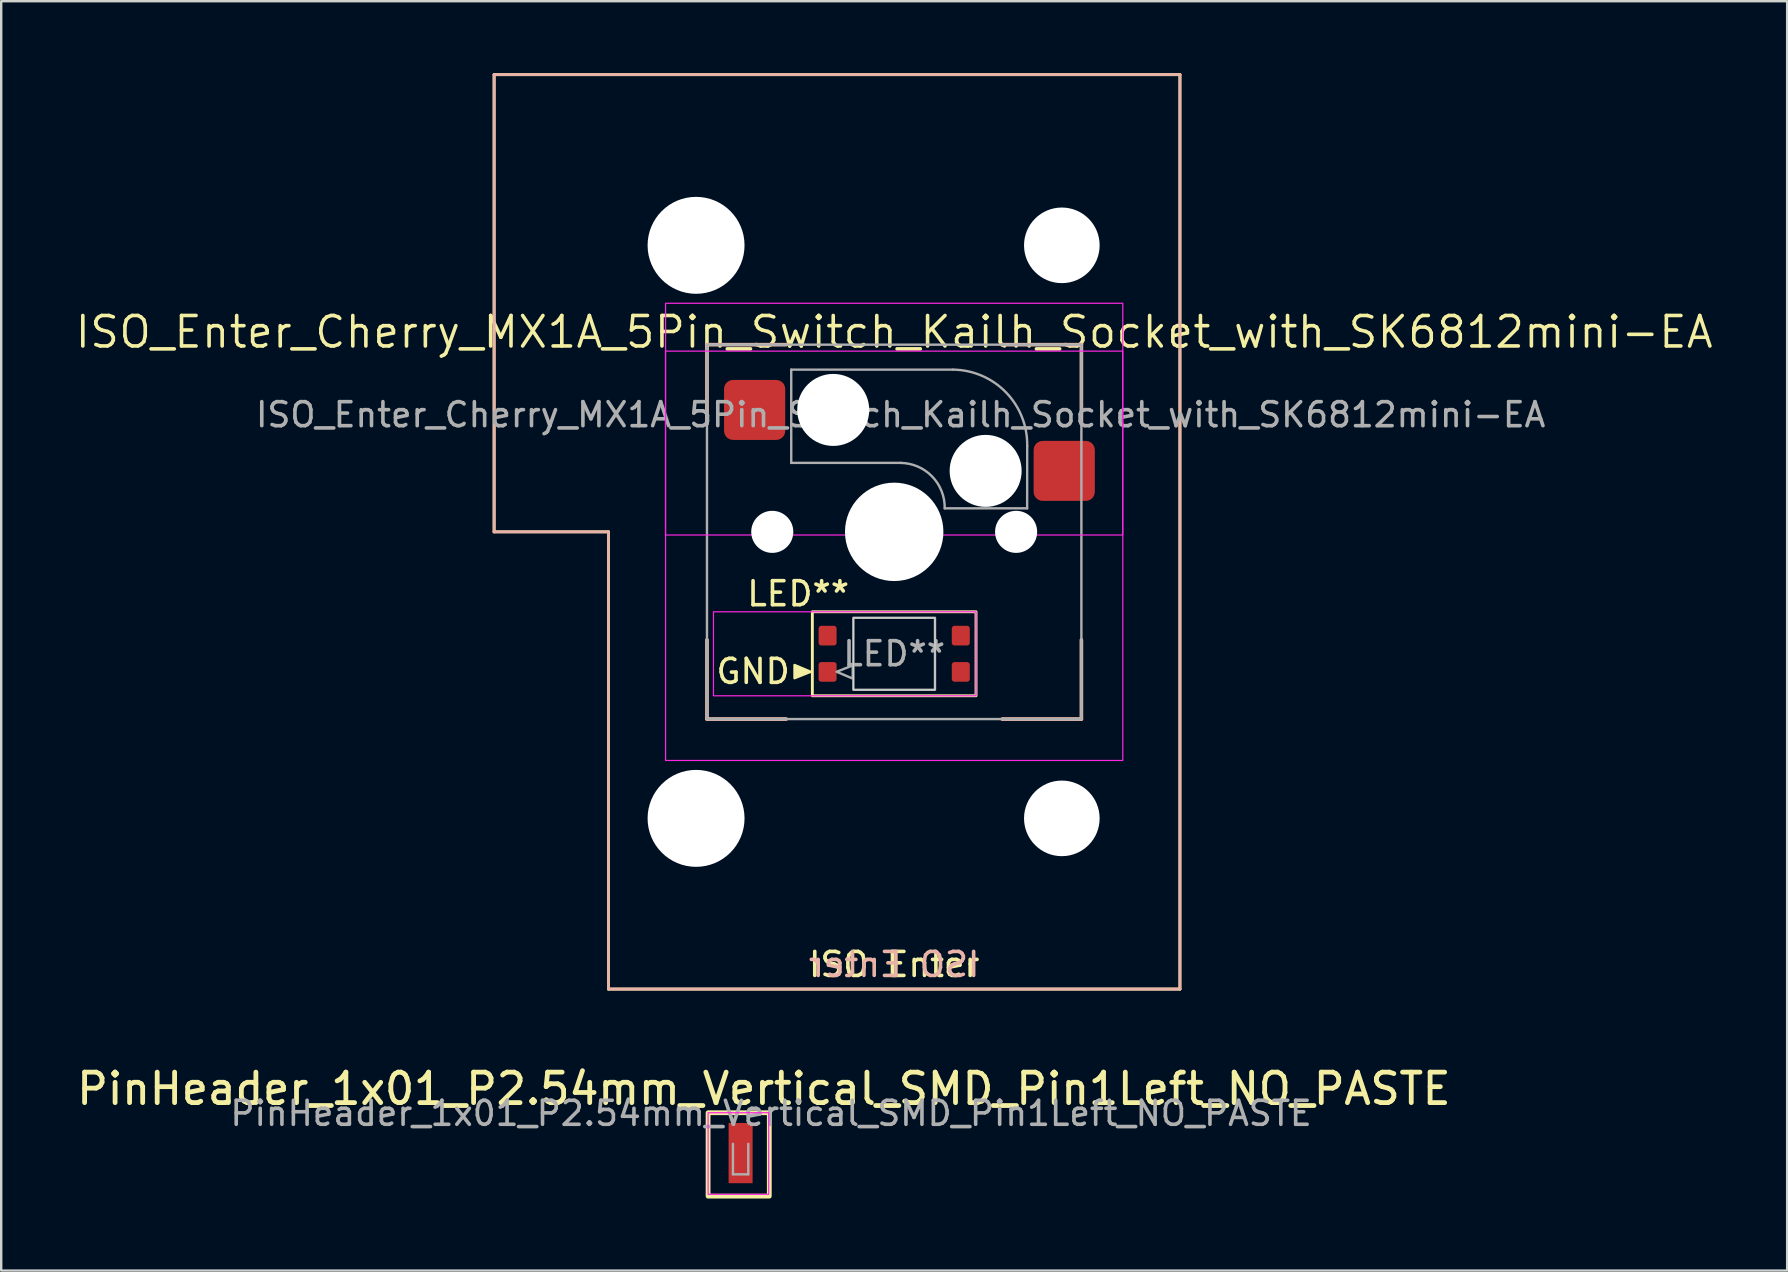
<source format=kicad_pcb>
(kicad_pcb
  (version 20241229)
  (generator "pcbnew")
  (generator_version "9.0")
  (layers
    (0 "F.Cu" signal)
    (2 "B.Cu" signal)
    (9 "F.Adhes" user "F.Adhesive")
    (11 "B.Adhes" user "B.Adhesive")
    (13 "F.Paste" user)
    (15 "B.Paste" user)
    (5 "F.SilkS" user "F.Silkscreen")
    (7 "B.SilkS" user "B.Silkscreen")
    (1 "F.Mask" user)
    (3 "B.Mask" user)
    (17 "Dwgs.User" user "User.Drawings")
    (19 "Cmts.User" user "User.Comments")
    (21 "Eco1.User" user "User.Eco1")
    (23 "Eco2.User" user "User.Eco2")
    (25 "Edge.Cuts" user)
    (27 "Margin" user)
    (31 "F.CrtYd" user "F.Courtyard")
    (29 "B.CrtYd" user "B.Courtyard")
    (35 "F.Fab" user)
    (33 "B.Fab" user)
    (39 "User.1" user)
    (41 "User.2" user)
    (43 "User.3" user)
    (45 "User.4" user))
  (footprint "ISO_Enter_Cherry_MX1A_5Pin_Switch_Kailh_Socket_with_SK6812mini-EA"
    (layer "F.Cu")
    (at 34.207 28.635)
    (property "Reference" "ISO_Enter_Cherry_MX1A_5Pin_Switch_Kailh_Socket_with_SK6812mini-EA" (at 0 -17.85 0) (layer "F.SilkS") (effects (font (size 1.27 1.27) (thickness 0.15))))
    (property "LED_Reference" "LED**" (at -4 -6.945 0) (layer "F.SilkS") (effects (font (size 1 1) (thickness 0.15))))
    (property "Size" "ISO Enter" (at 0 8.5 0) (layer "F.SilkS") (effects (font (size 1 1) (thickness 0.15))))
    (attr smd)
    (fp_line (start -16.669 -28.575) (end 11.906 -28.575) (stroke (width 0.12) (type default)) (layer "F.SilkS"))
    (fp_line (start -16.669 -9.525) (end -16.669 -28.575) (stroke (width 0.12) (type default)) (layer "F.SilkS"))
    (fp_line (start -11.906 -9.525) (end -16.669 -9.525) (stroke (width 0.12) (type default)) (layer "F.SilkS"))
    (fp_line (start -11.906 9.525) (end -11.906 -9.525) (stroke (width 0.12) (type default)) (layer "F.SilkS"))
    (fp_line (start -7.8 -17.325) (end -7.8 -14.025) (stroke (width 0.12) (type default)) (layer "F.SilkS"))
    (fp_line (start -7.8 -17.325) (end -4.5 -17.325) (stroke (width 0.12) (type default)) (layer "F.SilkS"))
    (fp_line (start -7.8 -1.725) (end -7.8 -5.025) (stroke (width 0.12) (type solid)) (layer "F.SilkS"))
    (fp_line (start -7.8 -1.725) (end -4.5 -1.725) (stroke (width 0.12) (type default)) (layer "F.SilkS"))
    (fp_line (start 7.8 -17.325) (end 4.5 -17.325) (stroke (width 0.12) (type default)) (layer "F.SilkS"))
    (fp_line (start 7.8 -17.325) (end 7.8 -14.025) (stroke (width 0.12) (type default)) (layer "F.SilkS"))
    (fp_line (start 7.8 -1.725) (end 4.5 -1.725) (stroke (width 0.12) (type default)) (layer "F.SilkS"))
    (fp_line (start 7.8 -1.725) (end 7.8 -5.025) (stroke (width 0.12) (type default)) (layer "F.SilkS"))
    (fp_line (start 11.906 -28.575) (end 11.906 9.525) (stroke (width 0.12) (type default)) (layer "F.SilkS"))
    (fp_line (start 11.906 9.525) (end -11.906 9.525) (stroke (width 0.12) (type default)) (layer "F.SilkS"))
    (fp_rect (start -3.41 -6.195) (end 3.41 -2.695) (stroke (width 0.12) (type default)) (fill no) (layer "F.SilkS"))
    (fp_poly (pts (xy -3.48 -3.695) (xy -4.153 -3.978) (xy -4.153 -3.975) (xy -4.153 -3.428)) (stroke (width 0.1) (type solid)) (fill yes) (layer "F.SilkS"))
    (fp_line (start -16.669 -28.575) (end 11.906 -28.575) (stroke (width 0.12) (type default)) (layer "B.SilkS"))
    (fp_line (start -16.669 -9.525) (end -16.669 -28.575) (stroke (width 0.12) (type default)) (layer "B.SilkS"))
    (fp_line (start -11.906 -9.525) (end -16.669 -9.525) (stroke (width 0.12) (type default)) (layer "B.SilkS"))
    (fp_line (start -11.906 9.525) (end -11.906 -9.525) (stroke (width 0.12) (type default)) (layer "B.SilkS"))
    (fp_line (start -7.8 -17.325) (end -7.8 -14.025) (stroke (width 0.15) (type default)) (layer "B.SilkS"))
    (fp_line (start -7.8 -17.325) (end -4.5 -17.325) (stroke (width 0.15) (type default)) (layer "B.SilkS"))
    (fp_line (start -7.8 -1.725) (end -7.8 -5.025) (stroke (width 0.15) (type default)) (layer "B.SilkS"))
    (fp_line (start -7.8 -1.725) (end -4.5 -1.725) (stroke (width 0.15) (type default)) (layer "B.SilkS"))
    (fp_line (start 7.8 -17.325) (end 4.5 -17.325) (stroke (width 0.15) (type default)) (layer "B.SilkS"))
    (fp_line (start 7.8 -17.325) (end 7.8 -14.025) (stroke (width 0.15) (type default)) (layer "B.SilkS"))
    (fp_line (start 7.8 -1.725) (end 4.5 -1.725) (stroke (width 0.15) (type default)) (layer "B.SilkS"))
    (fp_line (start 7.8 -1.725) (end 7.8 -5.025) (stroke (width 0.15) (type default)) (layer "B.SilkS"))
    (fp_line (start 11.906 -28.575) (end 11.906 9.525) (stroke (width 0.12) (type default)) (layer "B.SilkS"))
    (fp_line (start 11.906 9.525) (end -11.906 9.525) (stroke (width 0.12) (type default)) (layer "B.SilkS"))
    (fp_rect (start -1.7 -5.945) (end 1.7 -2.945) (stroke (width 0.05) (type default)) (fill no) (layer "Edge.Cuts"))
    (fp_rect (start -9.53 -17.055) (end 9.52 -9.395) (stroke (width 0.05) (type default)) (fill no) (layer "F.CrtYd"))
    (fp_rect (start -9.525 -19.05) (end 9.525 0) (stroke (width 0.05) (type default)) (fill no) (layer "F.CrtYd"))
    (fp_rect (start -7.53 -6.195) (end 3.41 -2.695) (stroke (width 0.05) (type default)) (fill no) (layer "F.CrtYd"))
    (fp_line (start -4.29 -12.398) (end -4.29 -16.284) (stroke (width 0.1) (type default)) (layer "F.Fab"))
    (fp_line (start 0.269 -12.398) (end -4.29 -12.398) (stroke (width 0.1) (type default)) (layer "F.Fab"))
    (fp_line (start 2.455 -16.284) (end -4.29 -16.284) (stroke (width 0.1) (type default)) (layer "F.Fab"))
    (fp_line (start 5.54 -10.505) (end 2.105 -10.505) (stroke (width 0.1) (type default)) (layer "F.Fab"))
    (fp_line (start 5.54 -10.505) (end 5.542 -13.102) (stroke (width 0.1) (type default)) (layer "F.Fab"))
    (fp_rect (start -7.8 -17.325) (end 7.8 -1.725) (stroke (width 0.1) (type default)) (fill no) (layer "F.Fab"))
    (fp_rect (start -1.7 -5.945) (end 1.7 -2.945) (stroke (width 0.1) (type default)) (fill no) (layer "F.Fab"))
    (fp_arc (start 0.268782 -12.397715) (mid 1.580341 -11.833063) (end 2.105 -10.505) (stroke (width 0.1) (type default)) (layer "F.Fab"))
    (fp_arc (start 2.45495 -16.284322) (mid 4.659998 -15.334999) (end 5.542076 -13.102199) (stroke (width 0.1) (type default)) (layer "F.Fab"))
    (fp_poly (pts (xy -2.4 -3.695) (xy -1.727 -3.412) (xy -1.727 -3.415) (xy -1.727 -3.962)) (stroke (width 0.1) (type solid)) (fill no) (layer "F.Fab"))
    (fp_text user "GND" (at -7.5 -3.125 0) (unlocked yes) (layer "F.SilkS") (effects (font (size 1 1) (thickness 0.15)) (justify left bottom)))
    (fp_text user "${Size}" (at 0 8.5 0) (unlocked yes) (layer "B.SilkS") (effects (font (size 1 1) (thickness 0.15)) (justify mirror)))
    (fp_text user "${REFERENCE}" (at 0.269 -14.405 0) (layer "F.Fab") (effects (font (size 1 1) (thickness 0.15))))
    (fp_text user "${LED_Reference}" (at 0 -4.445 0) (unlocked yes) (layer "F.Fab") (effects (font (size 1 1) (thickness 0.15))))
    (pad "" np_thru_hole circle (at -8.255 -21.463 270) (size 4.039 4.039) (drill 4.039) (layers "*.Cu" "*.Mask"))
    (pad "" np_thru_hole circle (at -8.255 2.413 270) (size 4.039 4.039) (drill 4.039) (layers "*.Cu" "*.Mask"))
    (pad "" np_thru_hole circle (at -5.08 -9.525) (size 1.753 1.753) (drill 1.753) (layers "*.Cu" "*.Mask"))
    (pad "" np_thru_hole circle (at -2.54 -14.605) (size 3 3) (drill 3) (layers "*.Cu" "*.Mask"))
    (pad "" np_thru_hole circle (at 0 -9.525) (size 4.1 4.1) (drill 4.1) (layers "*.Cu" "*.Mask"))
    (pad "" np_thru_hole circle (at 3.81 -12.065) (size 3 3) (drill 3) (layers "*.Cu" "*.Mask"))
    (pad "" np_thru_hole circle (at 5.08 -9.525) (size 1.753 1.753) (drill 1.753) (layers "*.Cu" "*.Mask"))
    (pad "" np_thru_hole circle (at 6.985 -21.463 270) (size 3.15 3.15) (drill 3.15) (layers "*.Cu" "*.Mask"))
    (pad "" np_thru_hole circle (at 6.985 2.413 270) (size 3.15 3.15) (drill 3.15) (layers "*.Cu" "*.Mask"))
    (pad "1" smd roundrect (at -2.775 -3.69) (size 0.75 0.82) (layers "F.Cu" "F.Mask" "F.Paste") (roundrect_rratio 0.15))
    (pad "2" smd roundrect (at -2.775 -5.2) (size 0.75 0.82) (layers "F.Cu" "F.Mask" "F.Paste") (roundrect_rratio 0.15))
    (pad "3" smd roundrect (at 2.775 -5.2) (size 0.75 0.82) (layers "F.Cu" "F.Mask" "F.Paste") (roundrect_rratio 0.15))
    (pad "4" smd roundrect (at 2.775 -3.69) (size 0.75 0.82) (layers "F.Cu" "F.Mask" "F.Paste") (roundrect_rratio 0.15))
    (pad "5" smd roundrect (at -5.815 -14.605) (size 2.55 2.5) (layers "F.Cu" "F.Mask" "F.Paste") (roundrect_rratio 0.15))
    (pad "6" smd roundrect (at 7.085 -12.065) (size 2.55 2.5) (layers "F.Cu" "F.Mask" "F.Paste") (roundrect_rratio 0.15)))
  (footprint "PinHeader_1x01_P2.54mm_Vertical_SMD_Pin1Left_NO_PASTE"
    (layer "F.Cu")
    (at 29.078 43.339)
    (property "Reference" "PinHeader_1x01_P2.54mm_Vertical_SMD_Pin1Left_NO_PASTE" (at -0.3 -1.025 0) (layer "F.SilkS") (effects (font (size 1.27 1.27) (thickness 0.2))))
    (attr smd)
    (fp_rect (start -2.625 -0.025) (end -0.075 3.45) (stroke (width 0.2) (type default)) (fill no) (layer "F.SilkS"))
    (fp_rect (start -2.625 -0.025) (end -0.1 3.375) (stroke (width 0.05) (type default)) (fill no) (layer "F.CrtYd"))
    (fp_line (start -1.59 1.27) (end -1.59 2.54) (stroke (width 0.1) (type solid)) (layer "F.Fab"))
    (fp_line (start -1.59 2.54) (end -0.95 2.54) (stroke (width 0.1) (type solid)) (layer "F.Fab"))
    (fp_line (start -0.95 2.54) (end -0.95 1.27) (stroke (width 0.1) (type solid)) (layer "F.Fab"))
    (fp_text user "${REFERENCE}" (at 0 0 180) (layer "F.Fab") (effects (font (size 1 1) (thickness 0.15))))
    (pad "1" smd rect (at -1.27 1.655 90) (size 2.51 1) (layers "F.Cu" "F.Mask")))
  (gr_rect
    (start -3 -3)
    (end 71.413 49.889)
    (stroke (width 0.1) (type default))
    (fill no)
    (layer "Edge.Cuts")))
</source>
